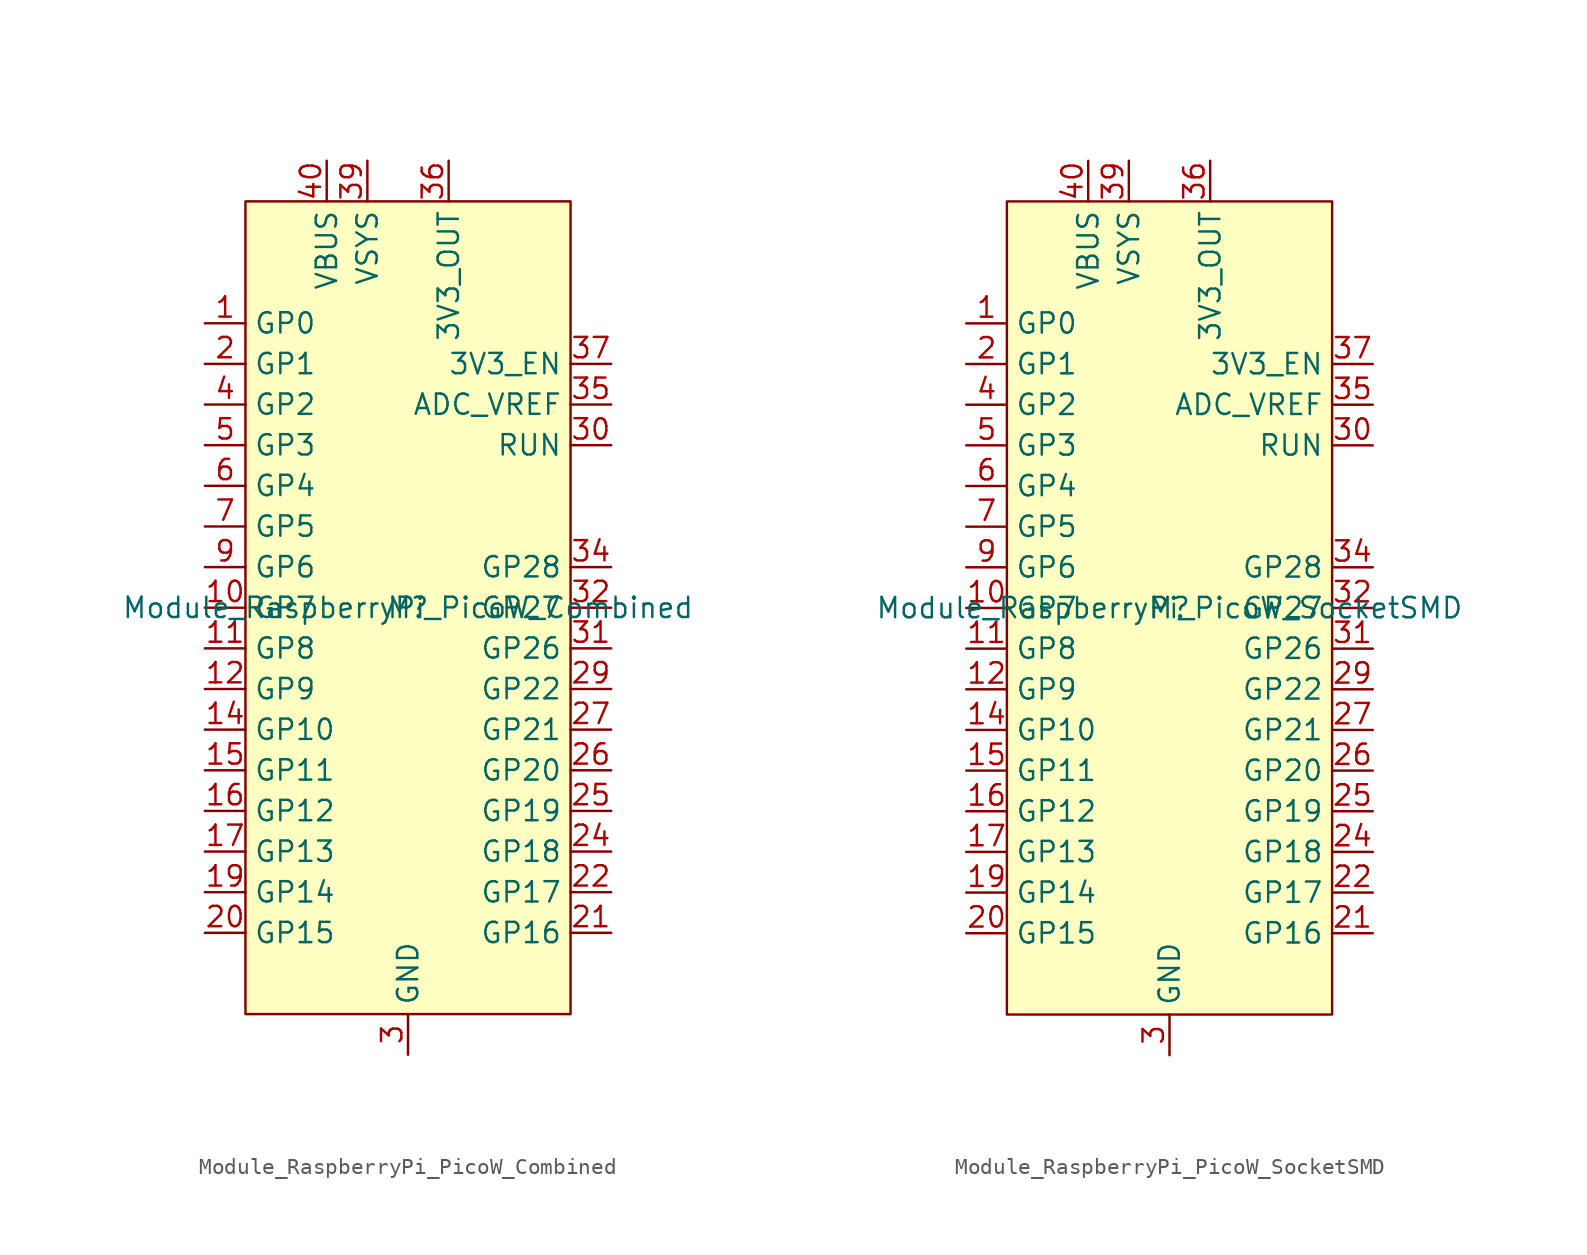
<source format=kicad_sym>
(kicad_symbol_lib
  (version 20231120)
  (generator "kicad_symbol_editor")
  (generator_version "8.0")
  (symbol "Module_RaspberryPi_PicoW_Combined"
    (property "Reference" "M"
      (at 0 0 0)
      (effects (font (size 1.27 1.27))))
    (property "Value" "Module_RaspberryPi_PicoW_Combined"
      (at 0 0 0)
      (effects (font (size 1.27 1.27))))
    (symbol "Module_RaspberryPi_PicoW_Combined_1_1"
      (rectangle (start -10.16 25.4) (end 10.16 -25.4) (stroke (width 0) (type default)) (fill (type background)))
      (pin bidirectional line (at -12.7 17.78 0) (length 2.54) (name "GP0" (effects (font (size 1.27 1.27)))) (number "1" (effects (font (size 1.27 1.27)))))
      (pin bidirectional line (at -12.7 0 0) (length 2.54) (name "GP7" (effects (font (size 1.27 1.27)))) (number "10" (effects (font (size 1.27 1.27)))))
      (pin bidirectional line (at -12.7 -2.54 0) (length 2.54) (name "GP8" (effects (font (size 1.27 1.27)))) (number "11" (effects (font (size 1.27 1.27)))))
      (pin bidirectional line (at -12.7 -5.08 0) (length 2.54) (name "GP9" (effects (font (size 1.27 1.27)))) (number "12" (effects (font (size 1.27 1.27)))))
      (pin passive line (at 0 -27.94 90) (length 2.54) hide (name "GND" (effects (font (size 1.27 1.27)))) (number "13" (effects (font (size 1.27 1.27)))))
      (pin bidirectional line (at -12.7 -7.62 0) (length 2.54) (name "GP10" (effects (font (size 1.27 1.27)))) (number "14" (effects (font (size 1.27 1.27)))))
      (pin bidirectional line (at -12.7 -10.16 0) (length 2.54) (name "GP11" (effects (font (size 1.27 1.27)))) (number "15" (effects (font (size 1.27 1.27)))))
      (pin bidirectional line (at -12.7 -12.7 0) (length 2.54) (name "GP12" (effects (font (size 1.27 1.27)))) (number "16" (effects (font (size 1.27 1.27)))))
      (pin bidirectional line (at -12.7 -15.24 0) (length 2.54) (name "GP13" (effects (font (size 1.27 1.27)))) (number "17" (effects (font (size 1.27 1.27)))))
      (pin passive line (at 0 -27.94 90) (length 2.54) hide (name "GND" (effects (font (size 1.27 1.27)))) (number "18" (effects (font (size 1.27 1.27)))))
      (pin bidirectional line (at -12.7 -17.78 0) (length 2.54) (name "GP14" (effects (font (size 1.27 1.27)))) (number "19" (effects (font (size 1.27 1.27)))))
      (pin bidirectional line (at -12.7 15.24 0) (length 2.54) (name "GP1" (effects (font (size 1.27 1.27)))) (number "2" (effects (font (size 1.27 1.27)))))
      (pin bidirectional line (at -12.7 -20.32 0) (length 2.54) (name "GP15" (effects (font (size 1.27 1.27)))) (number "20" (effects (font (size 1.27 1.27)))))
      (pin bidirectional line (at 12.7 -20.32 180) (length 2.54) (name "GP16" (effects (font (size 1.27 1.27)))) (number "21" (effects (font (size 1.27 1.27)))))
      (pin bidirectional line (at 12.7 -17.78 180) (length 2.54) (name "GP17" (effects (font (size 1.27 1.27)))) (number "22" (effects (font (size 1.27 1.27)))))
      (pin passive line (at 0 -27.94 90) (length 2.54) hide (name "GND" (effects (font (size 1.27 1.27)))) (number "23" (effects (font (size 1.27 1.27)))))
      (pin bidirectional line (at 12.7 -15.24 180) (length 2.54) (name "GP18" (effects (font (size 1.27 1.27)))) (number "24" (effects (font (size 1.27 1.27)))))
      (pin bidirectional line (at 12.7 -12.7 180) (length 2.54) (name "GP19" (effects (font (size 1.27 1.27)))) (number "25" (effects (font (size 1.27 1.27)))))
      (pin bidirectional line (at 12.7 -10.16 180) (length 2.54) (name "GP20" (effects (font (size 1.27 1.27)))) (number "26" (effects (font (size 1.27 1.27)))))
      (pin bidirectional line (at 12.7 -7.62 180) (length 2.54) (name "GP21" (effects (font (size 1.27 1.27)))) (number "27" (effects (font (size 1.27 1.27)))))
      (pin passive line (at 0 -27.94 90) (length 2.54) hide (name "GND" (effects (font (size 1.27 1.27)))) (number "28" (effects (font (size 1.27 1.27)))))
      (pin bidirectional line (at 12.7 -5.08 180) (length 2.54) (name "GP22" (effects (font (size 1.27 1.27)))) (number "29" (effects (font (size 1.27 1.27)))))
      (pin power_in line (at 0 -27.94 90) (length 2.54) (name "GND" (effects (font (size 1.27 1.27)))) (number "3" (effects (font (size 1.27 1.27)))))
      (pin input line (at 12.7 10.16 180) (length 2.54) (name "RUN" (effects (font (size 1.27 1.27)))) (number "30" (effects (font (size 1.27 1.27)))))
      (pin bidirectional line (at 12.7 -2.54 180) (length 2.54) (name "GP26" (effects (font (size 1.27 1.27)))) (number "31" (effects (font (size 1.27 1.27)))))
      (pin bidirectional line (at 12.7 0 180) (length 2.54) (name "GP27" (effects (font (size 1.27 1.27)))) (number "32" (effects (font (size 1.27 1.27)))))
      (pin passive line (at 0 -27.94 90) (length 2.54) hide (name "GND" (effects (font (size 1.27 1.27)))) (number "33" (effects (font (size 1.27 1.27)))))
      (pin bidirectional line (at 12.7 2.54 180) (length 2.54) (name "GP28" (effects (font (size 1.27 1.27)))) (number "34" (effects (font (size 1.27 1.27)))))
      (pin input line (at 12.7 12.7 180) (length 2.54) (name "ADC_VREF" (effects (font (size 1.27 1.27)))) (number "35" (effects (font (size 1.27 1.27)))))
      (pin power_in line (at 2.54 27.94 270) (length 2.54) (name "3V3_OUT" (effects (font (size 1.27 1.27)))) (number "36" (effects (font (size 1.27 1.27)))))
      (pin input line (at 12.7 15.24 180) (length 2.54) (name "3V3_EN" (effects (font (size 1.27 1.27)))) (number "37" (effects (font (size 1.27 1.27)))))
      (pin passive line (at 0 -27.94 90) (length 2.54) hide (name "GND" (effects (font (size 1.27 1.27)))) (number "38" (effects (font (size 1.27 1.27)))))
      (pin power_in line (at -2.54 27.94 270) (length 2.54) (name "VSYS" (effects (font (size 1.27 1.27)))) (number "39" (effects (font (size 1.27 1.27)))))
      (pin bidirectional line (at -12.7 12.7 0) (length 2.54) (name "GP2" (effects (font (size 1.27 1.27)))) (number "4" (effects (font (size 1.27 1.27)))))
      (pin power_in line (at -5.08 27.94 270) (length 2.54) (name "VBUS" (effects (font (size 1.27 1.27)))) (number "40" (effects (font (size 1.27 1.27)))))
      (pin bidirectional line (at -12.7 10.16 0) (length 2.54) (name "GP3" (effects (font (size 1.27 1.27)))) (number "5" (effects (font (size 1.27 1.27)))))
      (pin bidirectional line (at -12.7 7.62 0) (length 2.54) (name "GP4" (effects (font (size 1.27 1.27)))) (number "6" (effects (font (size 1.27 1.27)))))
      (pin bidirectional line (at -12.7 5.08 0) (length 2.54) (name "GP5" (effects (font (size 1.27 1.27)))) (number "7" (effects (font (size 1.27 1.27)))))
      (pin passive line (at 0 -27.94 90) (length 2.54) hide (name "GND" (effects (font (size 1.27 1.27)))) (number "8" (effects (font (size 1.27 1.27)))))
      (pin bidirectional line (at -12.7 2.54 0) (length 2.54) (name "GP6" (effects (font (size 1.27 1.27)))) (number "9" (effects (font (size 1.27 1.27)))))))
  (symbol "Module_RaspberryPi_PicoW_SocketSMD"
    (property "Reference" "M"
      (at 0 0 0)
      (effects (font (size 1.27 1.27))))
    (property "Value" "Module_RaspberryPi_PicoW_SocketSMD"
      (at 0 0 0)
      (effects (font (size 1.27 1.27))))
    (symbol "Module_RaspberryPi_PicoW_SocketSMD_1_1"
      (rectangle (start -10.16 25.4) (end 10.16 -25.4) (stroke (width 0) (type default)) (fill (type background)))
      (pin bidirectional line (at -12.7 17.78 0) (length 2.54) (name "GP0" (effects (font (size 1.27 1.27)))) (number "1" (effects (font (size 1.27 1.27)))))
      (pin bidirectional line (at -12.7 0 0) (length 2.54) (name "GP7" (effects (font (size 1.27 1.27)))) (number "10" (effects (font (size 1.27 1.27)))))
      (pin bidirectional line (at -12.7 -2.54 0) (length 2.54) (name "GP8" (effects (font (size 1.27 1.27)))) (number "11" (effects (font (size 1.27 1.27)))))
      (pin bidirectional line (at -12.7 -5.08 0) (length 2.54) (name "GP9" (effects (font (size 1.27 1.27)))) (number "12" (effects (font (size 1.27 1.27)))))
      (pin passive line (at 0 -27.94 90) (length 2.54) hide (name "GND" (effects (font (size 1.27 1.27)))) (number "13" (effects (font (size 1.27 1.27)))))
      (pin bidirectional line (at -12.7 -7.62 0) (length 2.54) (name "GP10" (effects (font (size 1.27 1.27)))) (number "14" (effects (font (size 1.27 1.27)))))
      (pin bidirectional line (at -12.7 -10.16 0) (length 2.54) (name "GP11" (effects (font (size 1.27 1.27)))) (number "15" (effects (font (size 1.27 1.27)))))
      (pin bidirectional line (at -12.7 -12.7 0) (length 2.54) (name "GP12" (effects (font (size 1.27 1.27)))) (number "16" (effects (font (size 1.27 1.27)))))
      (pin bidirectional line (at -12.7 -15.24 0) (length 2.54) (name "GP13" (effects (font (size 1.27 1.27)))) (number "17" (effects (font (size 1.27 1.27)))))
      (pin passive line (at 0 -27.94 90) (length 2.54) hide (name "GND" (effects (font (size 1.27 1.27)))) (number "18" (effects (font (size 1.27 1.27)))))
      (pin bidirectional line (at -12.7 -17.78 0) (length 2.54) (name "GP14" (effects (font (size 1.27 1.27)))) (number "19" (effects (font (size 1.27 1.27)))))
      (pin bidirectional line (at -12.7 15.24 0) (length 2.54) (name "GP1" (effects (font (size 1.27 1.27)))) (number "2" (effects (font (size 1.27 1.27)))))
      (pin bidirectional line (at -12.7 -20.32 0) (length 2.54) (name "GP15" (effects (font (size 1.27 1.27)))) (number "20" (effects (font (size 1.27 1.27)))))
      (pin bidirectional line (at 12.7 -20.32 180) (length 2.54) (name "GP16" (effects (font (size 1.27 1.27)))) (number "21" (effects (font (size 1.27 1.27)))))
      (pin bidirectional line (at 12.7 -17.78 180) (length 2.54) (name "GP17" (effects (font (size 1.27 1.27)))) (number "22" (effects (font (size 1.27 1.27)))))
      (pin passive line (at 0 -27.94 90) (length 2.54) hide (name "GND" (effects (font (size 1.27 1.27)))) (number "23" (effects (font (size 1.27 1.27)))))
      (pin bidirectional line (at 12.7 -15.24 180) (length 2.54) (name "GP18" (effects (font (size 1.27 1.27)))) (number "24" (effects (font (size 1.27 1.27)))))
      (pin bidirectional line (at 12.7 -12.7 180) (length 2.54) (name "GP19" (effects (font (size 1.27 1.27)))) (number "25" (effects (font (size 1.27 1.27)))))
      (pin bidirectional line (at 12.7 -10.16 180) (length 2.54) (name "GP20" (effects (font (size 1.27 1.27)))) (number "26" (effects (font (size 1.27 1.27)))))
      (pin bidirectional line (at 12.7 -7.62 180) (length 2.54) (name "GP21" (effects (font (size 1.27 1.27)))) (number "27" (effects (font (size 1.27 1.27)))))
      (pin passive line (at 0 -27.94 90) (length 2.54) hide (name "GND" (effects (font (size 1.27 1.27)))) (number "28" (effects (font (size 1.27 1.27)))))
      (pin bidirectional line (at 12.7 -5.08 180) (length 2.54) (name "GP22" (effects (font (size 1.27 1.27)))) (number "29" (effects (font (size 1.27 1.27)))))
      (pin power_in line (at 0 -27.94 90) (length 2.54) (name "GND" (effects (font (size 1.27 1.27)))) (number "3" (effects (font (size 1.27 1.27)))))
      (pin input line (at 12.7 10.16 180) (length 2.54) (name "RUN" (effects (font (size 1.27 1.27)))) (number "30" (effects (font (size 1.27 1.27)))))
      (pin bidirectional line (at 12.7 -2.54 180) (length 2.54) (name "GP26" (effects (font (size 1.27 1.27)))) (number "31" (effects (font (size 1.27 1.27)))))
      (pin bidirectional line (at 12.7 0 180) (length 2.54) (name "GP27" (effects (font (size 1.27 1.27)))) (number "32" (effects (font (size 1.27 1.27)))))
      (pin passive line (at 0 -27.94 90) (length 2.54) hide (name "GND" (effects (font (size 1.27 1.27)))) (number "33" (effects (font (size 1.27 1.27)))))
      (pin bidirectional line (at 12.7 2.54 180) (length 2.54) (name "GP28" (effects (font (size 1.27 1.27)))) (number "34" (effects (font (size 1.27 1.27)))))
      (pin input line (at 12.7 12.7 180) (length 2.54) (name "ADC_VREF" (effects (font (size 1.27 1.27)))) (number "35" (effects (font (size 1.27 1.27)))))
      (pin power_in line (at 2.54 27.94 270) (length 2.54) (name "3V3_OUT" (effects (font (size 1.27 1.27)))) (number "36" (effects (font (size 1.27 1.27)))))
      (pin input line (at 12.7 15.24 180) (length 2.54) (name "3V3_EN" (effects (font (size 1.27 1.27)))) (number "37" (effects (font (size 1.27 1.27)))))
      (pin passive line (at 0 -27.94 90) (length 2.54) hide (name "GND" (effects (font (size 1.27 1.27)))) (number "38" (effects (font (size 1.27 1.27)))))
      (pin power_in line (at -2.54 27.94 270) (length 2.54) (name "VSYS" (effects (font (size 1.27 1.27)))) (number "39" (effects (font (size 1.27 1.27)))))
      (pin bidirectional line (at -12.7 12.7 0) (length 2.54) (name "GP2" (effects (font (size 1.27 1.27)))) (number "4" (effects (font (size 1.27 1.27)))))
      (pin power_in line (at -5.08 27.94 270) (length 2.54) (name "VBUS" (effects (font (size 1.27 1.27)))) (number "40" (effects (font (size 1.27 1.27)))))
      (pin bidirectional line (at -12.7 10.16 0) (length 2.54) (name "GP3" (effects (font (size 1.27 1.27)))) (number "5" (effects (font (size 1.27 1.27)))))
      (pin bidirectional line (at -12.7 7.62 0) (length 2.54) (name "GP4" (effects (font (size 1.27 1.27)))) (number "6" (effects (font (size 1.27 1.27)))))
      (pin bidirectional line (at -12.7 5.08 0) (length 2.54) (name "GP5" (effects (font (size 1.27 1.27)))) (number "7" (effects (font (size 1.27 1.27)))))
      (pin passive line (at 0 -27.94 90) (length 2.54) hide (name "GND" (effects (font (size 1.27 1.27)))) (number "8" (effects (font (size 1.27 1.27)))))
      (pin bidirectional line (at -12.7 2.54 0) (length 2.54) (name "GP6" (effects (font (size 1.27 1.27)))) (number "9" (effects (font (size 1.27 1.27))))))))
</source>
